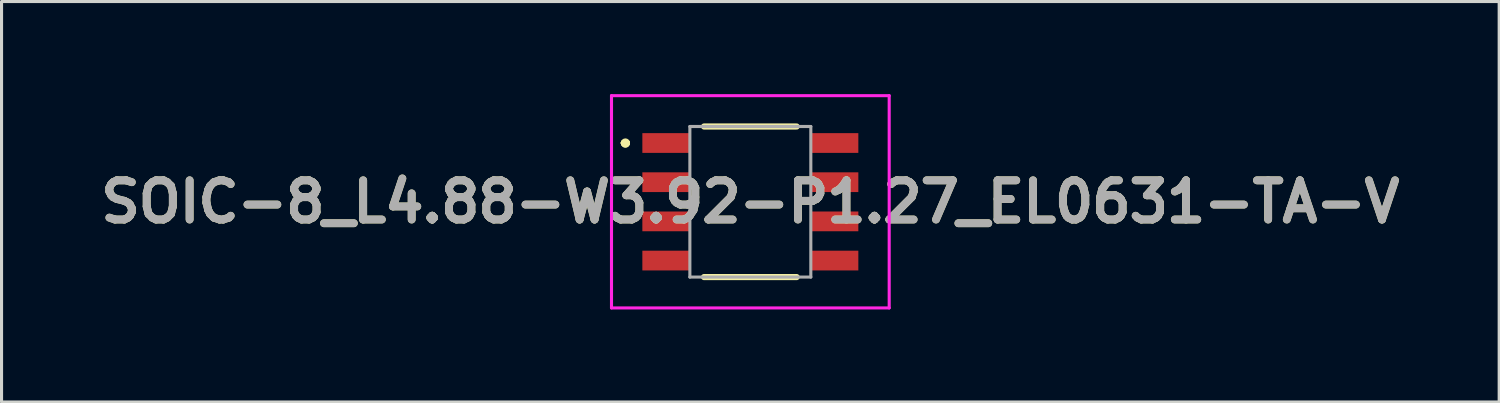
<source format=kicad_pcb>
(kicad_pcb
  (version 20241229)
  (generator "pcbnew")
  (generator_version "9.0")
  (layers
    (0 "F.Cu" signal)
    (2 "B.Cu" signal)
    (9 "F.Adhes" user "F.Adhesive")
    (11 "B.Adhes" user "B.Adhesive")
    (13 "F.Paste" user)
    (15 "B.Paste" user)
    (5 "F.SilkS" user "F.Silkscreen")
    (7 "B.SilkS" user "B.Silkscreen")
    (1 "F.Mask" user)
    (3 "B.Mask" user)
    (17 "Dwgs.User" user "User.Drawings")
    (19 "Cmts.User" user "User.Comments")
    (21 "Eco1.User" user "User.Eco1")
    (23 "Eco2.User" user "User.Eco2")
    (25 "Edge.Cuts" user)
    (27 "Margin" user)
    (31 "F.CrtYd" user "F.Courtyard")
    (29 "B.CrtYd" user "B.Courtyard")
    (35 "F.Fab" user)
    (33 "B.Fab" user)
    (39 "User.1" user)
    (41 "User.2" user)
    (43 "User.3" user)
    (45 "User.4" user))
  (footprint "SOIC-8_L4.88-W3.92-P1.27_EL0631-TA-V"
    (layer "F.Cu")
    (at 21.269 3.49)
    (property "Reference" "SOIC-8_L4.88-W3.92-P1.27_EL0631-TA-V" (at 0 0 0) (layer "F.SilkS") (effects (font (size 1.27 1.27) (thickness 0.254))))
    (attr smd)
    (fp_line (start -4.1 -1.905) (end -4.1 -1.905) (stroke (width 0.2) (type solid)) (layer "F.SilkS"))
    (fp_line (start -4.1 -1.905) (end -4.1 -1.905) (stroke (width 0.2) (type solid)) (layer "F.SilkS"))
    (fp_line (start -4 -1.905) (end -4 -1.905) (stroke (width 0.2) (type solid)) (layer "F.SilkS"))
    (fp_line (start -1.5 -2.44) (end 1.5 -2.44) (stroke (width 0.2) (type solid)) (layer "F.SilkS"))
    (fp_line (start -1.5 2.44) (end 1.5 2.44) (stroke (width 0.2) (type solid)) (layer "F.SilkS"))
    (fp_arc (start -4.1 -1.905) (mid -4.05 -1.955) (end -4 -1.905) (stroke (width 0.2) (type solid)) (layer "F.SilkS"))
    (fp_arc (start -4 -1.905) (mid -4.05 -1.855) (end -4.1 -1.905) (stroke (width 0.2) (type solid)) (layer "F.SilkS"))
    (fp_arc (start -4 -1.905) (mid -4.05 -1.855) (end -4.1 -1.905) (stroke (width 0.2) (type solid)) (layer "F.SilkS"))
    (fp_line (start -4.5 -3.44) (end 4.5 -3.44) (stroke (width 0.1) (type solid)) (layer "F.CrtYd"))
    (fp_line (start -4.5 3.44) (end -4.5 -3.44) (stroke (width 0.1) (type solid)) (layer "F.CrtYd"))
    (fp_line (start 4.5 -3.44) (end 4.5 3.44) (stroke (width 0.1) (type solid)) (layer "F.CrtYd"))
    (fp_line (start 4.5 3.44) (end -4.5 3.44) (stroke (width 0.1) (type solid)) (layer "F.CrtYd"))
    (fp_line (start -1.96 -2.44) (end -1.96 2.44) (stroke (width 0.1) (type solid)) (layer "F.Fab"))
    (fp_line (start -1.96 2.44) (end 1.96 2.44) (stroke (width 0.1) (type solid)) (layer "F.Fab"))
    (fp_line (start 1.96 -2.44) (end -1.96 -2.44) (stroke (width 0.1) (type solid)) (layer "F.Fab"))
    (fp_line (start 1.96 2.44) (end 1.96 -2.44) (stroke (width 0.1) (type solid)) (layer "F.Fab"))
    (fp_text user "${REFERENCE}" (at 0 0 0) (layer "F.Fab") (effects (font (size 1.27 1.27) (thickness 0.254))))
    (pad "1" smd rect (at -2.74 -1.905 90) (size 0.64 1.52) (layers "F.Cu" "F.Mask" "F.Paste"))
    (pad "2" smd rect (at -2.74 -0.635 90) (size 0.64 1.52) (layers "F.Cu" "F.Mask" "F.Paste"))
    (pad "3" smd rect (at -2.74 0.635 90) (size 0.64 1.52) (layers "F.Cu" "F.Mask" "F.Paste"))
    (pad "4" smd rect (at -2.74 1.905 90) (size 0.64 1.52) (layers "F.Cu" "F.Mask" "F.Paste"))
    (pad "5" smd rect (at 2.74 1.905 90) (size 0.64 1.52) (layers "F.Cu" "F.Mask" "F.Paste"))
    (pad "6" smd rect (at 2.74 0.635 90) (size 0.64 1.52) (layers "F.Cu" "F.Mask" "F.Paste"))
    (pad "7" smd rect (at 2.74 -0.635 90) (size 0.64 1.52) (layers "F.Cu" "F.Mask" "F.Paste"))
    (pad "8" smd rect (at 2.74 -1.905 90) (size 0.64 1.52) (layers "F.Cu" "F.Mask" "F.Paste")))
  (gr_rect
    (start -3 -3)
    (end 45.539 9.98)
    (stroke (width 0.1) (type default))
    (fill no)
    (layer "Edge.Cuts")))
</source>
